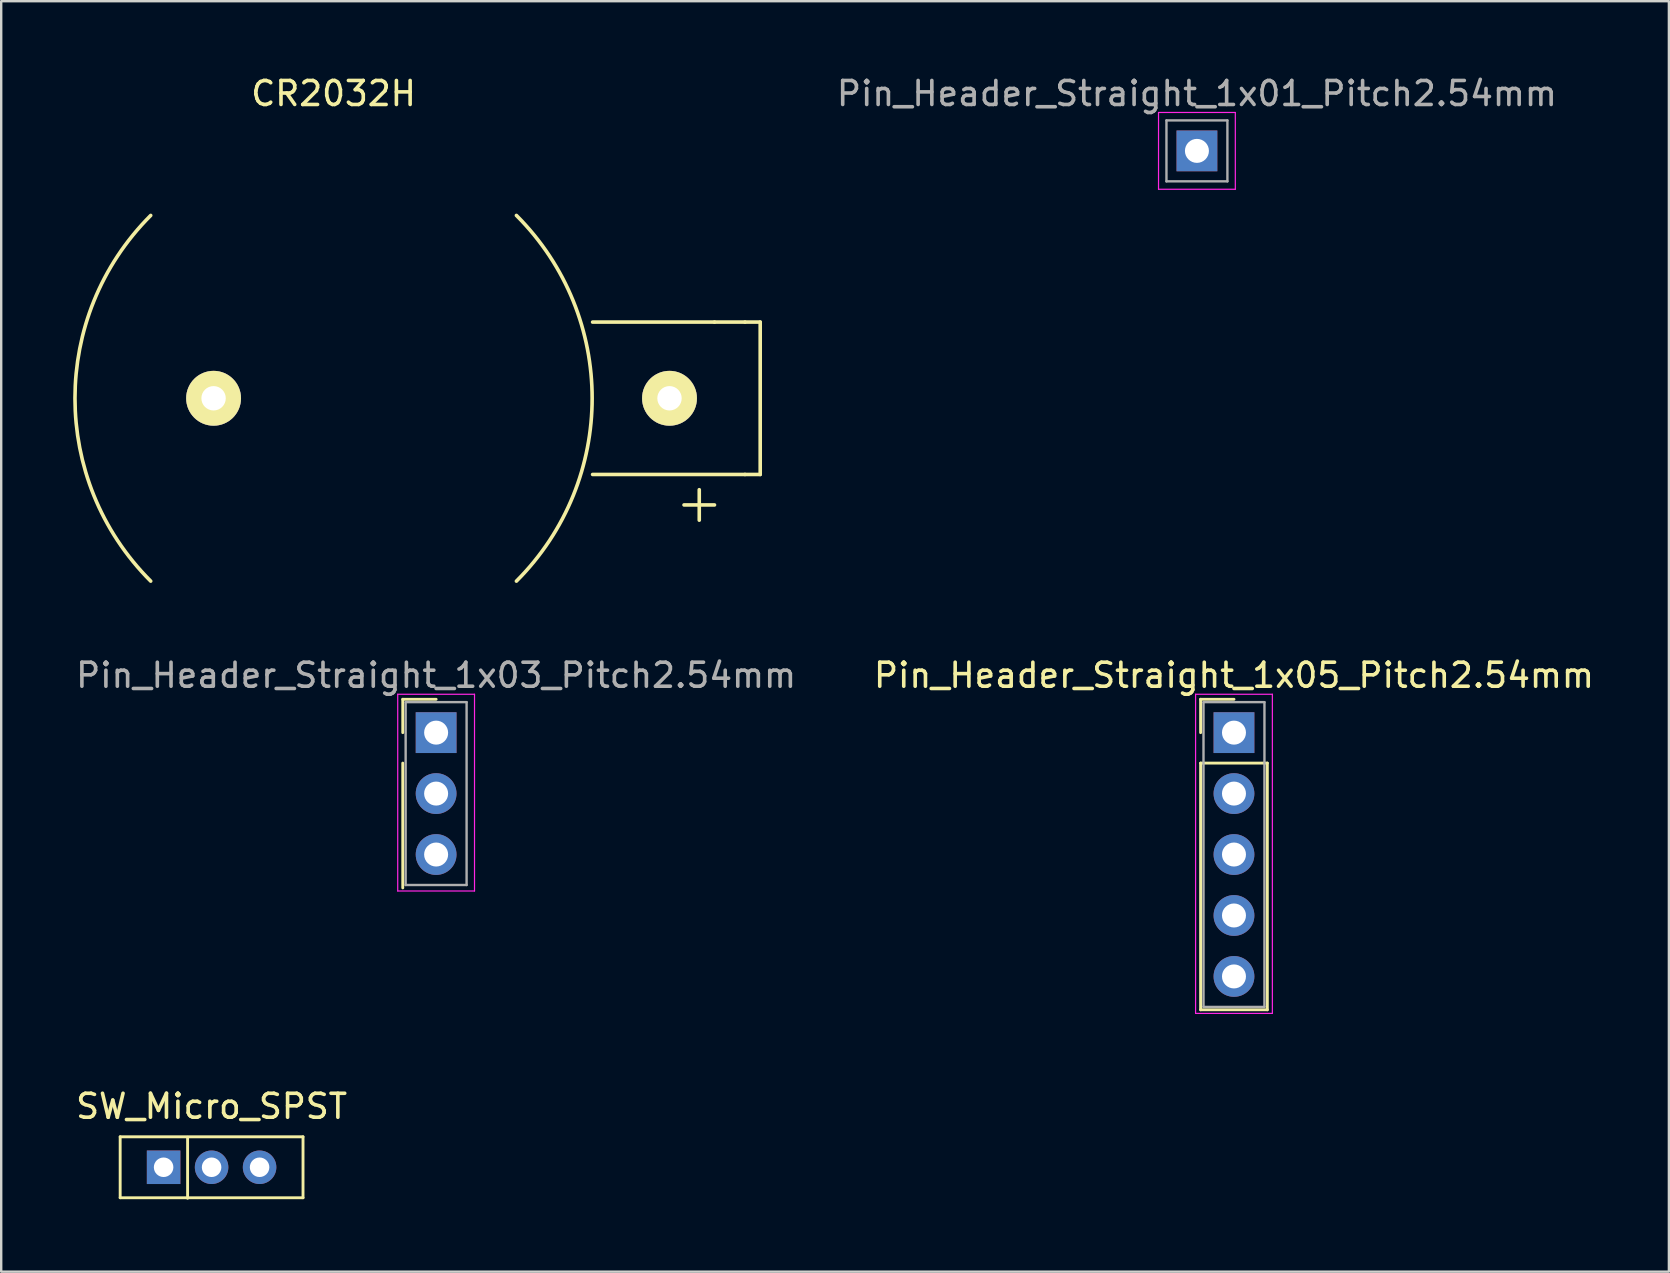
<source format=kicad_pcb>
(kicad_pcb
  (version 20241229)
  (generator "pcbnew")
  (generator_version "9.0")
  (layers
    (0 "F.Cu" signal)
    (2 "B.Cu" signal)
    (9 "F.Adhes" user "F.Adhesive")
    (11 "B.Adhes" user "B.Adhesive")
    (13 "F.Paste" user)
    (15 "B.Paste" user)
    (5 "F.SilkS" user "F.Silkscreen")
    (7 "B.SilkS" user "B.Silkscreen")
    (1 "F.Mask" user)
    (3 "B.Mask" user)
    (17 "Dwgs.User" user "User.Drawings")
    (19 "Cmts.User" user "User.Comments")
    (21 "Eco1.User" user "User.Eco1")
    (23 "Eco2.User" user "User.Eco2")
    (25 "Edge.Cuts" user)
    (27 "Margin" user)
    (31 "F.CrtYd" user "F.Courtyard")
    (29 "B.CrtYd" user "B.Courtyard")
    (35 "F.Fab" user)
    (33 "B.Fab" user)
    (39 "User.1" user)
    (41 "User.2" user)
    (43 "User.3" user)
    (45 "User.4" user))
  (footprint "Pin_Header_Straight_1x03_Pitch2.54mm"
    (placed yes)
    (layer "F.Cu")
    (at 15.125 27.482)
    (property "Reference" "Pin_Header_Straight_1x03_Pitch2.54mm" (at 0 -2.39 0) (layer "F.Fab") (effects (font (size 1 1) (thickness 0.15))))
    (attr through_hole)
    (fp_line (start -1.39 -1.39) (end 0 -1.39) (stroke (width 0.12) (type solid)) (layer "F.SilkS"))
    (fp_line (start -1.39 0) (end -1.39 -1.39) (stroke (width 0.12) (type solid)) (layer "F.SilkS"))
    (fp_line (start -1.39 1.27) (end -1.39 6.47) (stroke (width 0.12) (type solid)) (layer "F.SilkS"))
    (fp_line (start -1.6 -1.6) (end -1.6 6.6) (stroke (width 0.05) (type solid)) (layer "F.CrtYd"))
    (fp_line (start -1.6 6.6) (end 1.6 6.6) (stroke (width 0.05) (type solid)) (layer "F.CrtYd"))
    (fp_line (start 1.6 -1.6) (end -1.6 -1.6) (stroke (width 0.05) (type solid)) (layer "F.CrtYd"))
    (fp_line (start 1.6 6.6) (end 1.6 -1.6) (stroke (width 0.05) (type solid)) (layer "F.CrtYd"))
    (fp_line (start -1.27 -1.27) (end -1.27 6.35) (stroke (width 0.1) (type solid)) (layer "F.Fab"))
    (fp_line (start -1.27 6.35) (end 1.27 6.35) (stroke (width 0.1) (type solid)) (layer "F.Fab"))
    (fp_line (start 1.27 -1.27) (end -1.27 -1.27) (stroke (width 0.1) (type solid)) (layer "F.Fab"))
    (fp_line (start 1.27 6.35) (end 1.27 -1.27) (stroke (width 0.1) (type solid)) (layer "F.Fab"))
    (pad "1" thru_hole rect (at 0 0) (size 1.7 1.7) (drill 1) (layers "*.Cu" "*.Mask"))
    (pad "2" thru_hole oval (at 0 2.54) (size 1.7 1.7) (drill 1) (layers "*.Cu" "*.Mask"))
    (pad "3" thru_hole oval (at 0 5.08) (size 1.7 1.7) (drill 1) (layers "*.Cu" "*.Mask")))
  (footprint "SW_Micro_SPST"
    (layer "F.Cu")
    (at 5.768 45.595)
    (property "Reference" "SW_Micro_SPST" (at 0 -2.54 0) (layer "F.SilkS") (effects (font (size 1 1) (thickness 0.15))))
    (attr through_hole)
    (fp_line (start -3.81 -1.27) (end 3.81 -1.27) (stroke (width 0.12) (type solid)) (layer "F.SilkS"))
    (fp_line (start -3.81 1.27) (end -3.81 -1.27) (stroke (width 0.12) (type solid)) (layer "F.SilkS"))
    (fp_line (start -1 -1.25) (end -1 1.29) (stroke (width 0.12) (type solid)) (layer "F.SilkS"))
    (fp_line (start 3.81 -1.27) (end 3.81 1.27) (stroke (width 0.12) (type solid)) (layer "F.SilkS"))
    (fp_line (start 3.81 1.27) (end -3.81 1.27) (stroke (width 0.12) (type solid)) (layer "F.SilkS"))
    (pad "1" thru_hole rect (at -2 0) (size 1.397 1.397) (drill 0.813) (layers "*.Cu" "*.Mask"))
    (pad "2" thru_hole circle (at 0 0) (size 1.397 1.397) (drill 0.813) (layers "*.Cu" "*.Mask"))
    (pad "3" thru_hole circle (at 2 0) (size 1.397 1.397) (drill 0.813) (layers "*.Cu" "*.Mask")))
  (footprint "Pin_Header_Straight_1x01_Pitch2.54mm"
    (layer "F.Cu")
    (at 46.831 3.238)
    (property "Reference" "Pin_Header_Straight_1x01_Pitch2.54mm" (at 0 -2.39 0) (layer "F.Fab") (effects (font (size 1 1) (thickness 0.15))))
    (attr through_hole)
    (fp_line (start -1.6 -1.6) (end -1.6 1.6) (stroke (width 0.05) (type solid)) (layer "F.CrtYd"))
    (fp_line (start -1.6 1.6) (end 1.6 1.6) (stroke (width 0.05) (type solid)) (layer "F.CrtYd"))
    (fp_line (start 1.6 -1.6) (end -1.6 -1.6) (stroke (width 0.05) (type solid)) (layer "F.CrtYd"))
    (fp_line (start 1.6 1.6) (end 1.6 -1.6) (stroke (width 0.05) (type solid)) (layer "F.CrtYd"))
    (fp_line (start -1.27 -1.27) (end -1.27 1.27) (stroke (width 0.1) (type solid)) (layer "F.Fab"))
    (fp_line (start -1.27 1.27) (end 1.27 1.27) (stroke (width 0.1) (type solid)) (layer "F.Fab"))
    (fp_line (start 1.27 -1.27) (end -1.27 -1.27) (stroke (width 0.1) (type solid)) (layer "F.Fab"))
    (fp_line (start 1.27 1.27) (end 1.27 -1.27) (stroke (width 0.1) (type solid)) (layer "F.Fab"))
    (pad "1" thru_hole rect (at 0 0) (size 1.7 1.7) (drill 1) (layers "*.Cu" "*.Mask")))
  (footprint "CR2032H"
    (layer "F.Cu")
    (at 10.851 13.548)
    (property "Reference" "CR2032H" (at 0 -12.7 0) (layer "F.SilkS") (effects (font (size 1 1) (thickness 0.15))))
    (attr through_hole)
    (fp_line (start 10.795 -3.175) (end 15.875 -3.175) (stroke (width 0.15) (type solid)) (layer "F.SilkS"))
    (fp_line (start 14.605 4.445) (end 15.875 4.445) (stroke (width 0.15) (type solid)) (layer "F.SilkS"))
    (fp_line (start 15.24 3.81) (end 15.24 5.08) (stroke (width 0.15) (type solid)) (layer "F.SilkS"))
    (fp_line (start 15.875 -3.175) (end 17.145 -3.175) (stroke (width 0.15) (type solid)) (layer "F.SilkS"))
    (fp_line (start 17.145 -3.175) (end 17.78 -3.175) (stroke (width 0.15) (type solid)) (layer "F.SilkS"))
    (fp_line (start 17.145 3.175) (end 10.795 3.175) (stroke (width 0.15) (type solid)) (layer "F.SilkS"))
    (fp_line (start 17.78 -3.175) (end 17.78 3.175) (stroke (width 0.15) (type solid)) (layer "F.SilkS"))
    (fp_line (start 17.78 3.175) (end 17.145 3.175) (stroke (width 0.15) (type solid)) (layer "F.SilkS"))
    (fp_arc (start -7.62 7.62) (mid -10.776307 0) (end -7.62 -7.62) (stroke (width 0.15) (type solid)) (layer "F.SilkS"))
    (fp_arc (start 7.62 -7.62) (mid 10.776307 0) (end 7.62 7.62) (stroke (width 0.15) (type solid)) (layer "F.SilkS"))
    (pad "1" thru_hole circle (at 14 0) (size 2.286 2.286) (drill 1.016) (layers "*.Cu" "*.Mask" "F.SilkS"))
    (pad "2" thru_hole circle (at -5 0) (size 2.286 2.286) (drill 1.016) (layers "*.Cu" "*.Mask" "F.SilkS")))
  (footprint "Pin_Header_Straight_1x05_Pitch2.54mm"
    (layer "F.Cu")
    (at 48.375 27.482)
    (property "Reference" "Pin_Header_Straight_1x05_Pitch2.54mm" (at 0 -2.39 0) (layer "F.SilkS") (effects (font (size 1 1) (thickness 0.15))))
    (attr through_hole)
    (fp_line (start -1.39 -1.39) (end 0 -1.39) (stroke (width 0.12) (type solid)) (layer "F.SilkS"))
    (fp_line (start -1.39 0) (end -1.39 -1.39) (stroke (width 0.12) (type solid)) (layer "F.SilkS"))
    (fp_line (start -1.39 1.27) (end -1.39 11.55) (stroke (width 0.12) (type solid)) (layer "F.SilkS"))
    (fp_line (start -1.39 11.55) (end 1.39 11.55) (stroke (width 0.12) (type solid)) (layer "F.SilkS"))
    (fp_line (start 1.39 1.27) (end -1.39 1.27) (stroke (width 0.12) (type solid)) (layer "F.SilkS"))
    (fp_line (start 1.39 11.55) (end 1.39 1.27) (stroke (width 0.12) (type solid)) (layer "F.SilkS"))
    (fp_line (start -1.6 -1.6) (end -1.6 11.7) (stroke (width 0.05) (type solid)) (layer "F.CrtYd"))
    (fp_line (start -1.6 11.7) (end 1.6 11.7) (stroke (width 0.05) (type solid)) (layer "F.CrtYd"))
    (fp_line (start 1.6 -1.6) (end -1.6 -1.6) (stroke (width 0.05) (type solid)) (layer "F.CrtYd"))
    (fp_line (start 1.6 11.7) (end 1.6 -1.6) (stroke (width 0.05) (type solid)) (layer "F.CrtYd"))
    (fp_line (start -1.27 -1.27) (end -1.27 11.43) (stroke (width 0.1) (type solid)) (layer "F.Fab"))
    (fp_line (start -1.27 11.43) (end 1.27 11.43) (stroke (width 0.1) (type solid)) (layer "F.Fab"))
    (fp_line (start 1.27 -1.27) (end -1.27 -1.27) (stroke (width 0.1) (type solid)) (layer "F.Fab"))
    (fp_line (start 1.27 11.43) (end 1.27 -1.27) (stroke (width 0.1) (type solid)) (layer "F.Fab"))
    (pad "1" thru_hole rect (at 0 0) (size 1.7 1.7) (drill 1) (layers "*.Cu" "*.Mask"))
    (pad "2" thru_hole oval (at 0 2.54) (size 1.7 1.7) (drill 1) (layers "*.Cu" "*.Mask"))
    (pad "3" thru_hole oval (at 0 5.08) (size 1.7 1.7) (drill 1) (layers "*.Cu" "*.Mask"))
    (pad "4" thru_hole oval (at 0 7.62) (size 1.7 1.7) (drill 1) (layers "*.Cu" "*.Mask"))
    (pad "5" thru_hole oval (at 0 10.16) (size 1.7 1.7) (drill 1) (layers "*.Cu" "*.Mask")))
  (gr_rect
    (start -3 -3)
    (end 66.5 49.945)
    (stroke (width 0.1) (type default))
    (fill no)
    (layer "Edge.Cuts")))
</source>
